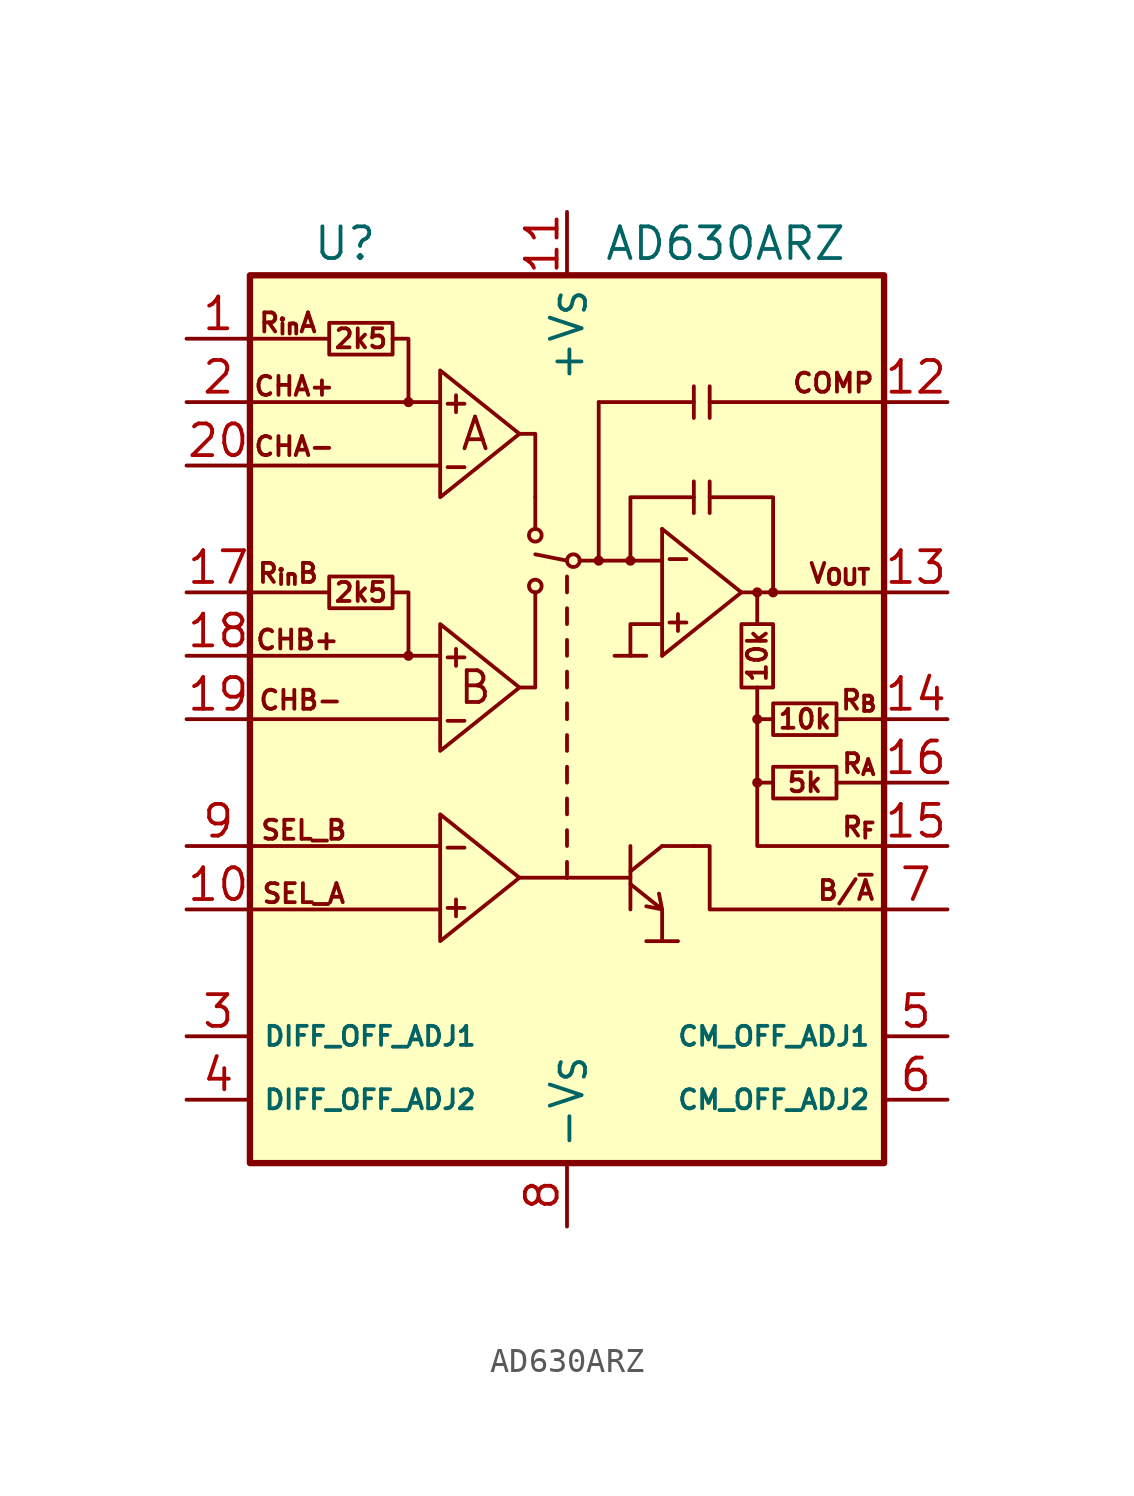
<source format=kicad_sym>
(kicad_symbol_lib
  (version 20220914)
  (generator kicad_symbol_editor)
  (symbol "AD630ARZ"
    (property "Reference" "U"
      (at -8.89 19.05 0)
      (effects (font (size 1.27 1.27))))
    (property "Value" "AD630ARZ"
      (at 6.35 19.05 0)
      (effects (font (size 1.27 1.27))))
    (symbol "AD630ARZ_0_0"
      (text "+" (at -4.445 -7.493 0) (effects (font (size 0.889 0.889))))
      (text "+" (at -4.445 2.54 0) (effects (font (size 0.889 0.889))))
      (text "+" (at -4.445 12.7 0) (effects (font (size 0.889 0.889))))
      (text "+" (at 4.445 3.937 0) (effects (font (size 0.889 0.889))))
      (text "-" (at -4.445 -5.08 0) (effects (font (size 0.889 0.889))))
      (text "-" (at -4.445 0 0) (effects (font (size 0.889 0.889))))
      (text "-" (at -4.445 10.16 0) (effects (font (size 0.889 0.889))))
      (text "-" (at 4.445 6.477 0) (effects (font (size 0.889 0.889))))
      (text "10k" (at 7.62 2.54 900) (effects (font (size 0.762 0.762))))
      (text "10k" (at 9.525 0 0) (effects (font (size 0.762 0.762))))
      (text "2k5" (at -8.255 5.08 0) (effects (font (size 0.762 0.762))))
      (text "2k5" (at -8.255 15.24 0) (effects (font (size 0.762 0.762))))
      (text "5k" (at 9.525 -2.54 0) (effects (font (size 0.762 0.762))))
      (text "A" (at -3.683 11.43 0) (effects (font (size 1.27 1.27))))
      (text "B" (at -3.683 1.27 0) (effects (font (size 1.27 1.27))))
      (text "B/~{A}" (at 11.176 -6.858 0) (effects (font (size 0.762 0.762))))
      (text "CHA+" (at -10.922 13.335 0) (effects (font (size 0.762 0.762))))
      (text "CHA-" (at -10.922 10.922 0) (effects (font (size 0.762 0.762))))
      (text "CHB+" (at -10.795 3.175 0) (effects (font (size 0.762 0.762))))
      (text "CHB-" (at -10.668 0.762 0) (effects (font (size 0.762 0.762))))
      (text "COMP" (at 10.668 13.462 0) (effects (font (size 0.762 0.762))))
      (text "R_{A}" (at 11.684 -1.778 0) (effects (font (size 0.762 0.762))))
      (text "R_{B}" (at 11.684 0.762 0) (effects (font (size 0.762 0.762))))
      (text "R_{F}" (at 11.684 -4.318 0) (effects (font (size 0.762 0.762))))
      (text "R_{in}A" (at -11.176 15.875 0) (effects (font (size 0.762 0.762))))
      (text "R_{in}B" (at -11.176 5.842 0) (effects (font (size 0.762 0.762))))
      (text "SEL_A" (at -10.541 -6.985 0) (effects (font (size 0.762 0.762))))
      (text "SEL_B" (at -10.541 -4.445 0) (effects (font (size 0.762 0.762))))
      (text "V_{OUT}" (at 10.922 5.842 0) (effects (font (size 0.762 0.762)))))
    (symbol "AD630ARZ_0_1"
      (rectangle (start -12.7 17.78) (end 12.7 -17.78) (stroke (width 0.254) (type default)) (fill (type background)))
      (circle (center -6.35 2.54) (radius 0.127) (stroke (width 0) (type default)) (fill (type none)))
      (circle (center -6.35 12.7) (radius 0.127) (stroke (width 0) (type default)) (fill (type none)))
      (circle (center -1.27 5.334) (radius 0.254) (stroke (width 0) (type default)) (fill (type none)))
      (circle (center -1.27 7.366) (radius 0.254) (stroke (width 0) (type default)) (fill (type none)))
      (polyline (pts (xy -12.7 -7.62) (xy -5.08 -7.62)) (stroke (width 0) (type default)) (fill (type none)))
      (polyline (pts (xy -12.7 -5.08) (xy -5.08 -5.08)) (stroke (width 0) (type default)) (fill (type none)))
      (polyline (pts (xy -12.7 0) (xy -5.08 0)) (stroke (width 0) (type default)) (fill (type none)))
      (polyline (pts (xy -12.7 5.08) (xy -9.525 5.08)) (stroke (width 0) (type default)) (fill (type none)))
      (polyline (pts (xy -12.7 10.16) (xy -5.08 10.16)) (stroke (width 0) (type default)) (fill (type none)))
      (polyline (pts (xy -12.7 15.24) (xy -9.525 15.24)) (stroke (width 0) (type default)) (fill (type none)))
      (polyline (pts (xy -6.35 12.7) (xy -5.08 12.7)) (stroke (width 0) (type default)) (fill (type none)))
      (polyline (pts (xy -1.905 -6.35) (xy 0 -6.35)) (stroke (width 0) (type default)) (fill (type none)))
      (polyline (pts (xy -1.27 8.89) (xy -1.27 7.62)) (stroke (width 0) (type default)) (fill (type none)))
      (polyline (pts (xy 0 -6.35) (xy 2.54 -6.35)) (stroke (width 0) (type default)) (fill (type none)))
      (polyline (pts (xy 0 -5.715) (xy 0 -6.35)) (stroke (width 0) (type default)) (fill (type none)))
      (polyline (pts (xy 0 -4.445) (xy 0 -5.08)) (stroke (width 0) (type default)) (fill (type none)))
      (polyline (pts (xy 0 -3.175) (xy 0 -3.81)) (stroke (width 0) (type default)) (fill (type none)))
      (polyline (pts (xy 0 -1.905) (xy 0 -2.54)) (stroke (width 0) (type default)) (fill (type none)))
      (polyline (pts (xy 0 -0.635) (xy 0 -1.27)) (stroke (width 0) (type default)) (fill (type none)))
      (polyline (pts (xy 0 0.635) (xy 0 0)) (stroke (width 0) (type default)) (fill (type none)))
      (polyline (pts (xy 0 1.905) (xy 0 1.27)) (stroke (width 0) (type default)) (fill (type none)))
      (polyline (pts (xy 0 3.175) (xy 0 2.54)) (stroke (width 0) (type default)) (fill (type none)))
      (polyline (pts (xy 0 4.445) (xy 0 3.81)) (stroke (width 0) (type default)) (fill (type none)))
      (polyline (pts (xy 0 5.715) (xy 0 5.08)) (stroke (width 0) (type default)) (fill (type none)))
      (polyline (pts (xy 0 6.35) (xy -1.27 6.604)) (stroke (width 0) (type default)) (fill (type none)))
      (polyline (pts (xy 1.27 6.35) (xy 0.508 6.35)) (stroke (width 0) (type default)) (fill (type none)))
      (polyline (pts (xy 1.27 6.35) (xy 1.27 12.7)) (stroke (width 0) (type default)) (fill (type none)))
      (polyline (pts (xy 1.27 6.35) (xy 3.81 6.35)) (stroke (width 0) (type default)) (fill (type none)))
      (polyline (pts (xy 1.905 2.54) (xy 3.175 2.54)) (stroke (width 0) (type default)) (fill (type none)))
      (polyline (pts (xy 2.54 -6.604) (xy 3.81 -7.62)) (stroke (width 0) (type default)) (fill (type none)))
      (polyline (pts (xy 2.54 -6.096) (xy 3.81 -5.08)) (stroke (width 0) (type default)) (fill (type none)))
      (polyline (pts (xy 2.54 -5.08) (xy 2.54 -7.62)) (stroke (width 0) (type default)) (fill (type none)))
      (polyline (pts (xy 3.81 -8.89) (xy 4.445 -8.89)) (stroke (width 0) (type default)) (fill (type none)))
      (polyline (pts (xy 3.81 -5.08) (xy 5.08 -5.08)) (stroke (width 0) (type default)) (fill (type none)))
      (polyline (pts (xy 3.81 7.62) (xy 3.81 2.54)) (stroke (width 0) (type default)) (fill (type none)))
      (polyline (pts (xy 5.08 9.525) (xy 5.08 8.255)) (stroke (width 0) (type default)) (fill (type none)))
      (polyline (pts (xy 5.08 12.065) (xy 5.08 12.7)) (stroke (width 0) (type default)) (fill (type none)))
      (polyline (pts (xy 5.715 9.525) (xy 5.715 8.255)) (stroke (width 0) (type default)) (fill (type none)))
      (polyline (pts (xy 5.715 12.7) (xy 12.7 12.7)) (stroke (width 0) (type default)) (fill (type none)))
      (polyline (pts (xy 5.715 13.335) (xy 5.715 12.065)) (stroke (width 0) (type default)) (fill (type none)))
      (polyline (pts (xy 7.62 1.27) (xy 7.62 -2.54)) (stroke (width 0) (type default)) (fill (type none)))
      (polyline (pts (xy 7.62 5.08) (xy 12.7 5.08)) (stroke (width 0) (type default)) (fill (type none)))
      (polyline (pts (xy 8.255 -2.54) (xy 7.62 -2.54)) (stroke (width 0) (type default)) (fill (type none)))
      (polyline (pts (xy 8.255 0) (xy 7.62 0)) (stroke (width 0) (type default)) (fill (type none)))
      (polyline (pts (xy 10.795 -2.54) (xy 12.7 -2.54)) (stroke (width 0) (type default)) (fill (type none)))
      (polyline (pts (xy 10.795 0) (xy 12.7 0)) (stroke (width 0) (type default)) (fill (type none)))
      (polyline (pts (xy -6.35 2.54) (xy -5.715 2.54) (xy -5.08 2.54)) (stroke (width 0) (type default)) (fill (type none)))
      (polyline (pts (xy -1.905 1.27) (xy -1.27 1.27) (xy -1.27 5.08)) (stroke (width 0) (type default)) (fill (type none)))
      (polyline (pts (xy -1.905 11.43) (xy -1.27 11.43) (xy -1.27 8.89)) (stroke (width 0) (type default)) (fill (type none)))
      (polyline (pts (xy 1.27 12.7) (xy 5.08 12.7) (xy 5.08 13.335)) (stroke (width 0) (type default)) (fill (type none)))
      (polyline (pts (xy 2.54 6.35) (xy 2.54 8.89) (xy 5.08 8.89)) (stroke (width 0) (type default)) (fill (type none)))
      (polyline (pts (xy 3.683 -6.985) (xy 3.81 -7.62) (xy 3.175 -7.493)) (stroke (width 0) (type default)) (fill (type none)))
      (polyline (pts (xy 3.81 -7.62) (xy 3.81 -8.89) (xy 3.175 -8.89)) (stroke (width 0) (type default)) (fill (type none)))
      (polyline (pts (xy 3.81 3.81) (xy 2.54 3.81) (xy 2.54 2.54)) (stroke (width 0) (type default)) (fill (type none)))
      (polyline (pts (xy 3.81 7.62) (xy 6.985 5.08) (xy 3.81 2.54)) (stroke (width 0) (type default)) (fill (type none)))
      (polyline (pts (xy 5.715 8.89) (xy 8.255 8.89) (xy 8.255 5.08)) (stroke (width 0) (type default)) (fill (type none)))
      (polyline (pts (xy 7.62 -2.54) (xy 7.62 -5.08) (xy 12.7 -5.08)) (stroke (width 0) (type default)) (fill (type none)))
      (polyline (pts (xy 7.62 3.81) (xy 7.62 5.08) (xy 6.985 5.08)) (stroke (width 0) (type default)) (fill (type none)))
      (polyline (pts (xy -6.985 5.08) (xy -6.35 5.08) (xy -6.35 2.54) (xy -12.7 2.54)) (stroke (width 0) (type default)) (fill (type none)))
      (polyline (pts (xy -6.985 15.24) (xy -6.35 15.24) (xy -6.35 12.7) (xy -12.7 12.7)) (stroke (width 0) (type default)) (fill (type none)))
      (polyline (pts (xy -5.08 -3.81) (xy -5.08 -8.89) (xy -1.905 -6.35) (xy -5.08 -3.81)) (stroke (width 0) (type default)) (fill (type none)))
      (polyline (pts (xy -5.08 3.81) (xy -5.08 -1.27) (xy -1.905 1.27) (xy -5.08 3.81)) (stroke (width 0) (type default)) (fill (type none)))
      (polyline (pts (xy -5.08 13.97) (xy -5.08 8.89) (xy -1.905 11.43) (xy -5.08 13.97)) (stroke (width 0) (type default)) (fill (type none)))
      (polyline (pts (xy 5.08 -5.08) (xy 5.715 -5.08) (xy 5.715 -7.62) (xy 12.7 -7.62)) (stroke (width 0) (type default)) (fill (type none)))
      (polyline (pts (xy -9.525 5.715) (xy -9.525 4.445) (xy -6.985 4.445) (xy -6.985 5.715) (xy -9.525 5.715)) (stroke (width 0) (type default)) (fill (type none)))
      (polyline (pts (xy -9.525 15.875) (xy -9.525 14.605) (xy -6.985 14.605) (xy -6.985 15.875) (xy -9.525 15.875)) (stroke (width 0) (type default)) (fill (type none)))
      (polyline (pts (xy 6.985 3.81) (xy 8.255 3.81) (xy 8.255 1.27) (xy 6.985 1.27) (xy 6.985 3.81)) (stroke (width 0) (type default)) (fill (type none)))
      (polyline (pts (xy 8.255 -1.905) (xy 8.255 -3.175) (xy 10.795 -3.175) (xy 10.795 -1.905) (xy 8.255 -1.905)) (stroke (width 0) (type default)) (fill (type none)))
      (polyline (pts (xy 8.255 0.635) (xy 8.255 -0.635) (xy 10.795 -0.635) (xy 10.795 0.635) (xy 8.255 0.635)) (stroke (width 0) (type default)) (fill (type none)))
      (circle (center 0.254 6.35) (radius 0.254) (stroke (width 0) (type default)) (fill (type none)))
      (circle (center 1.27 6.35) (radius 0.127) (stroke (width 0) (type default)) (fill (type none)))
      (circle (center 2.54 6.35) (radius 0.127) (stroke (width 0) (type default)) (fill (type none)))
      (circle (center 7.62 -2.54) (radius 0.127) (stroke (width 0) (type default)) (fill (type none)))
      (circle (center 7.62 0) (radius 0.127) (stroke (width 0) (type default)) (fill (type none)))
      (circle (center 7.62 5.08) (radius 0.127) (stroke (width 0) (type default)) (fill (type none)))
      (circle (center 8.255 5.08) (radius 0.127) (stroke (width 0) (type default)) (fill (type none))))
    (symbol "AD630ARZ_1_1"
      (pin input line (at -15.24 15.24 0) (length 2.54) (name "R_{in}A" (effects (font (size 0 0)))) (number "1" (effects (font (size 1.27 1.27)))))
      (pin input line (at -15.24 -7.62 0) (length 2.54) (name "SEL_A" (effects (font (size 0 0)))) (number "10" (effects (font (size 1.27 1.27)))))
      (pin power_in line (at 0 20.32 270) (length 2.54) (name "+V_{S}" (effects (font (size 1.27 1.27)))) (number "11" (effects (font (size 1.27 1.27)))))
      (pin passive line (at 15.24 12.7 180) (length 2.54) (name "COMP" (effects (font (size 0 0)))) (number "12" (effects (font (size 1.27 1.27)))))
      (pin output line (at 15.24 5.08 180) (length 2.54) (name "V_{OUT}" (effects (font (size 0 0)))) (number "13" (effects (font (size 1.27 1.27)))))
      (pin output line (at 15.24 0 180) (length 2.54) (name "R_{B}" (effects (font (size 0 0)))) (number "14" (effects (font (size 1.27 1.27)))))
      (pin output line (at 15.24 -5.08 180) (length 2.54) (name "R_{F}" (effects (font (size 0 0)))) (number "15" (effects (font (size 1.27 1.27)))))
      (pin output line (at 15.24 -2.54 180) (length 2.54) (name "R_{A}" (effects (font (size 0 0)))) (number "16" (effects (font (size 1.27 1.27)))))
      (pin input line (at -15.24 5.08 0) (length 2.54) (name "R_{in}B" (effects (font (size 0 0)))) (number "17" (effects (font (size 1.27 1.27)))))
      (pin input line (at -15.24 2.54 0) (length 2.54) (name "CHB+" (effects (font (size 0 0)))) (number "18" (effects (font (size 1.27 1.27)))))
      (pin input line (at -15.24 0 0) (length 2.54) (name "CHB-" (effects (font (size 0 0)))) (number "19" (effects (font (size 1.27 1.27)))))
      (pin input line (at -15.24 12.7 0) (length 2.54) (name "CHA+" (effects (font (size 0 0)))) (number "2" (effects (font (size 1.27 1.27)))))
      (pin input line (at -15.24 10.16 0) (length 2.54) (name "CHA-" (effects (font (size 0 0)))) (number "20" (effects (font (size 1.27 1.27)))))
      (pin passive line (at -15.24 -12.7 0) (length 2.54) (name "DIFF_OFF_ADJ1" (effects (font (size 0.762 0.762)))) (number "3" (effects (font (size 1.27 1.27)))))
      (pin passive line (at -15.24 -15.24 0) (length 2.54) (name "DIFF_OFF_ADJ2" (effects (font (size 0.762 0.762)))) (number "4" (effects (font (size 1.27 1.27)))))
      (pin passive line (at 15.24 -12.7 180) (length 2.54) (name "CM_OFF_ADJ1" (effects (font (size 0.762 0.762)))) (number "5" (effects (font (size 1.27 1.27)))))
      (pin passive line (at 15.24 -15.24 180) (length 2.54) (name "CM_OFF_ADJ2" (effects (font (size 0.762 0.762)))) (number "6" (effects (font (size 1.27 1.27)))))
      (pin open_collector line (at 15.24 -7.62 180) (length 2.54) (name "B/~{A}" (effects (font (size 0 0)))) (number "7" (effects (font (size 1.27 1.27)))))
      (pin power_in line (at 0 -20.32 90) (length 2.54) (name "-V_{S}" (effects (font (size 1.27 1.27)))) (number "8" (effects (font (size 1.27 1.27)))))
      (pin input line (at -15.24 -5.08 0) (length 2.54) (name "SEL_B" (effects (font (size 0 0)))) (number "9" (effects (font (size 1.27 1.27))))))))
</source>
